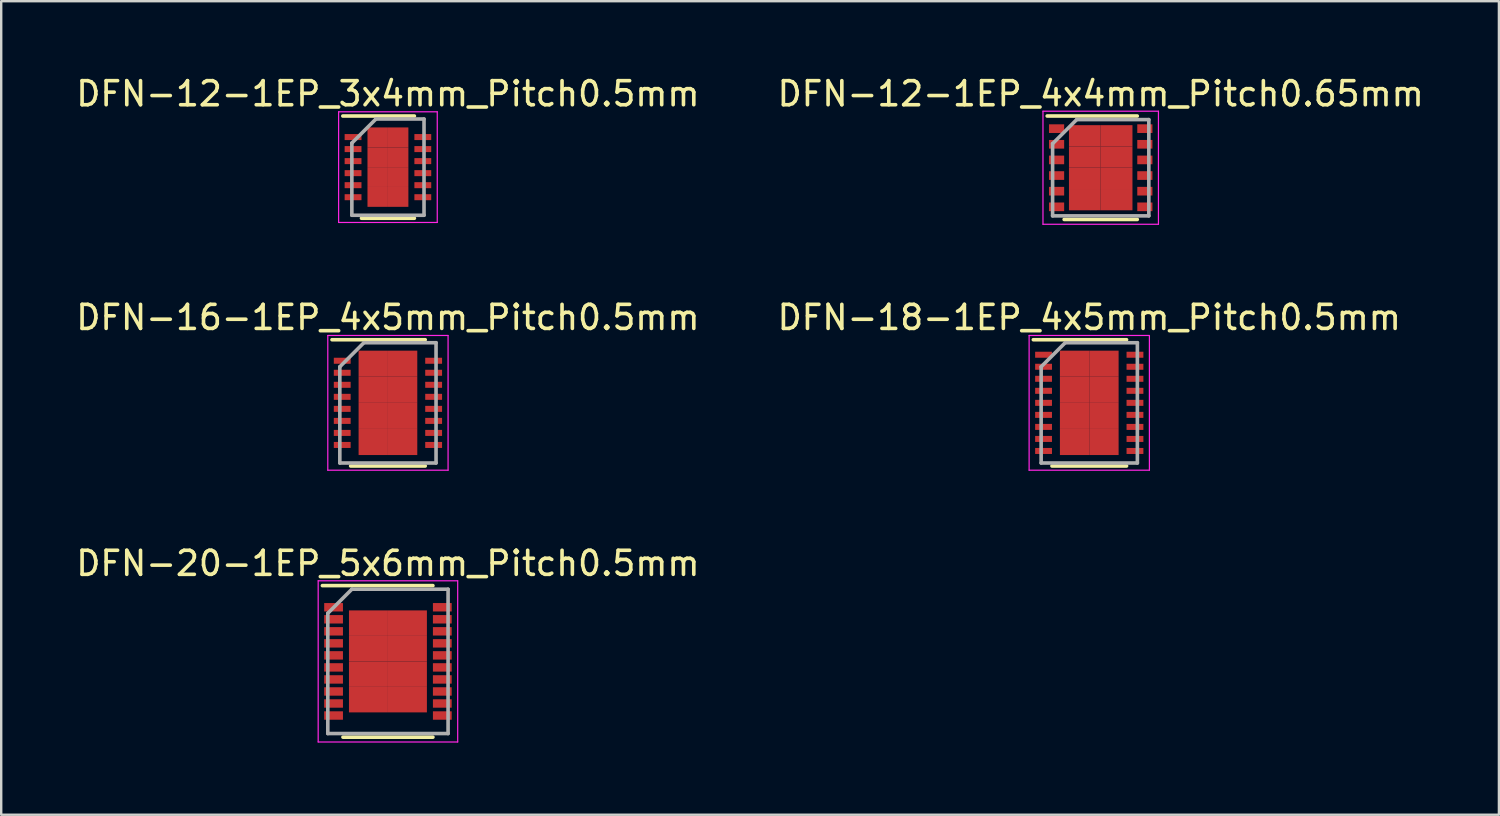
<source format=kicad_pcb>
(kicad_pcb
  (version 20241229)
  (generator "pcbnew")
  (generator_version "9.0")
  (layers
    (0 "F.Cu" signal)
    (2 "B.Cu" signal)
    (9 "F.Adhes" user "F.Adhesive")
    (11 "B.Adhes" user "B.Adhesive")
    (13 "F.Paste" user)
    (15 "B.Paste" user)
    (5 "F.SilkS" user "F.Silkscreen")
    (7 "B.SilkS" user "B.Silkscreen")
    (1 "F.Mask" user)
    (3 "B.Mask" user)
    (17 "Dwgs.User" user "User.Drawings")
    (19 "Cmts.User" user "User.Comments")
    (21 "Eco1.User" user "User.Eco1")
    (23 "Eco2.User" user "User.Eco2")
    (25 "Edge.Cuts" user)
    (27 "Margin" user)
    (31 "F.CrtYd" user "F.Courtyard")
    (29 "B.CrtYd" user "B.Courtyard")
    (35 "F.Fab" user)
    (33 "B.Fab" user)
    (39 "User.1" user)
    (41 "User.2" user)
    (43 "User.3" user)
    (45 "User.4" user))
  (footprint "DFN-16-1EP_4x5mm_Pitch0.5mm"
    (layer "F.Cu")
    (at 13.077 13.697)
    (property "Reference" "DFN-16-1EP_4x5mm_Pitch0.5mm" (at 0 -3.55 0) (layer "F.SilkS") (effects (font (size 1 1) (thickness 0.15))))
    (attr smd)
    (fp_line (start -2.325 -2.625) (end 1.55 -2.625) (stroke (width 0.15) (type solid)) (layer "F.SilkS"))
    (fp_line (start -1.55 2.625) (end 1.55 2.625) (stroke (width 0.15) (type solid)) (layer "F.SilkS"))
    (fp_line (start -2.5 -2.8) (end -2.5 2.8) (stroke (width 0.05) (type solid)) (layer "F.CrtYd"))
    (fp_line (start -2.5 -2.8) (end 2.5 -2.8) (stroke (width 0.05) (type solid)) (layer "F.CrtYd"))
    (fp_line (start -2.5 2.8) (end 2.5 2.8) (stroke (width 0.05) (type solid)) (layer "F.CrtYd"))
    (fp_line (start 2.5 -2.8) (end 2.5 2.8) (stroke (width 0.05) (type solid)) (layer "F.CrtYd"))
    (fp_line (start -2 -1.5) (end -1 -2.5) (stroke (width 0.15) (type solid)) (layer "F.Fab"))
    (fp_line (start -2 2.5) (end -2 -1.5) (stroke (width 0.15) (type solid)) (layer "F.Fab"))
    (fp_line (start -1 -2.5) (end 2 -2.5) (stroke (width 0.15) (type solid)) (layer "F.Fab"))
    (fp_line (start 2 -2.5) (end 2 2.5) (stroke (width 0.15) (type solid)) (layer "F.Fab"))
    (fp_line (start 2 2.5) (end -2 2.5) (stroke (width 0.15) (type solid)) (layer "F.Fab"))
    (pad "1" smd rect (at -1.9 -1.75) (size 0.7 0.25) (layers "F.Cu" "F.Mask" "F.Paste"))
    (pad "2" smd rect (at -1.9 -1.25) (size 0.7 0.25) (layers "F.Cu" "F.Mask" "F.Paste"))
    (pad "3" smd rect (at -1.9 -0.75) (size 0.7 0.25) (layers "F.Cu" "F.Mask" "F.Paste"))
    (pad "4" smd rect (at -1.9 -0.25) (size 0.7 0.25) (layers "F.Cu" "F.Mask" "F.Paste"))
    (pad "5" smd rect (at -1.9 0.25) (size 0.7 0.25) (layers "F.Cu" "F.Mask" "F.Paste"))
    (pad "6" smd rect (at -1.9 0.75) (size 0.7 0.25) (layers "F.Cu" "F.Mask" "F.Paste"))
    (pad "7" smd rect (at -1.9 1.25) (size 0.7 0.25) (layers "F.Cu" "F.Mask" "F.Paste"))
    (pad "8" smd rect (at -1.9 1.75) (size 0.7 0.25) (layers "F.Cu" "F.Mask" "F.Paste"))
    (pad "9" smd rect (at 1.9 1.75) (size 0.7 0.25) (layers "F.Cu" "F.Mask" "F.Paste"))
    (pad "10" smd rect (at 1.9 1.25) (size 0.7 0.25) (layers "F.Cu" "F.Mask" "F.Paste"))
    (pad "11" smd rect (at 1.9 0.75) (size 0.7 0.25) (layers "F.Cu" "F.Mask" "F.Paste"))
    (pad "12" smd rect (at 1.9 0.25) (size 0.7 0.25) (layers "F.Cu" "F.Mask" "F.Paste"))
    (pad "13" smd rect (at 1.9 -0.25) (size 0.7 0.25) (layers "F.Cu" "F.Mask" "F.Paste"))
    (pad "14" smd rect (at 1.9 -0.75) (size 0.7 0.25) (layers "F.Cu" "F.Mask" "F.Paste"))
    (pad "15" smd rect (at 1.9 -1.25) (size 0.7 0.25) (layers "F.Cu" "F.Mask" "F.Paste"))
    (pad "16" smd rect (at 1.9 -1.75) (size 0.7 0.25) (layers "F.Cu" "F.Mask" "F.Paste"))
    (pad "17" smd rect (at -0.61 -1.627) (size 1.22 1.085) (layers "F.Cu" "F.Mask" "F.Paste"))
    (pad "17" smd rect (at -0.61 -0.542) (size 1.22 1.085) (layers "F.Cu" "F.Mask" "F.Paste"))
    (pad "17" smd rect (at -0.61 0.542) (size 1.22 1.085) (layers "F.Cu" "F.Mask" "F.Paste"))
    (pad "17" smd rect (at -0.61 1.627) (size 1.22 1.085) (layers "F.Cu" "F.Mask" "F.Paste"))
    (pad "17" smd rect (at 0.61 -1.627) (size 1.22 1.085) (layers "F.Cu" "F.Mask" "F.Paste"))
    (pad "17" smd rect (at 0.61 -0.542) (size 1.22 1.085) (layers "F.Cu" "F.Mask" "F.Paste"))
    (pad "17" smd rect (at 0.61 0.542) (size 1.22 1.085) (layers "F.Cu" "F.Mask" "F.Paste"))
    (pad "17" smd rect (at 0.61 1.627) (size 1.22 1.085) (layers "F.Cu" "F.Mask" "F.Paste")))
  (footprint "DFN-18-1EP_4x5mm_Pitch0.5mm"
    (layer "F.Cu")
    (at 42.232 13.697)
    (property "Reference" "DFN-18-1EP_4x5mm_Pitch0.5mm" (at 0 -3.55 0) (layer "F.SilkS") (effects (font (size 1 1) (thickness 0.15))))
    (attr smd)
    (fp_line (start -2.325 -2.625) (end 1.55 -2.625) (stroke (width 0.15) (type solid)) (layer "F.SilkS"))
    (fp_line (start -1.55 2.625) (end 1.55 2.625) (stroke (width 0.15) (type solid)) (layer "F.SilkS"))
    (fp_line (start -2.5 -2.8) (end -2.5 2.8) (stroke (width 0.05) (type solid)) (layer "F.CrtYd"))
    (fp_line (start -2.5 -2.8) (end 2.5 -2.8) (stroke (width 0.05) (type solid)) (layer "F.CrtYd"))
    (fp_line (start -2.5 2.8) (end 2.5 2.8) (stroke (width 0.05) (type solid)) (layer "F.CrtYd"))
    (fp_line (start 2.5 -2.8) (end 2.5 2.8) (stroke (width 0.05) (type solid)) (layer "F.CrtYd"))
    (fp_line (start -2 -1.5) (end -1 -2.5) (stroke (width 0.15) (type solid)) (layer "F.Fab"))
    (fp_line (start -2 2.5) (end -2 -1.5) (stroke (width 0.15) (type solid)) (layer "F.Fab"))
    (fp_line (start -1 -2.5) (end 2 -2.5) (stroke (width 0.15) (type solid)) (layer "F.Fab"))
    (fp_line (start 2 -2.5) (end 2 2.5) (stroke (width 0.15) (type solid)) (layer "F.Fab"))
    (fp_line (start 2 2.5) (end -2 2.5) (stroke (width 0.15) (type solid)) (layer "F.Fab"))
    (pad "1" smd rect (at -1.9 -2) (size 0.7 0.25) (layers "F.Cu" "F.Mask" "F.Paste"))
    (pad "2" smd rect (at -1.9 -1.5) (size 0.7 0.25) (layers "F.Cu" "F.Mask" "F.Paste"))
    (pad "3" smd rect (at -1.9 -1) (size 0.7 0.25) (layers "F.Cu" "F.Mask" "F.Paste"))
    (pad "4" smd rect (at -1.9 -0.5) (size 0.7 0.25) (layers "F.Cu" "F.Mask" "F.Paste"))
    (pad "5" smd rect (at -1.9 0) (size 0.7 0.25) (layers "F.Cu" "F.Mask" "F.Paste"))
    (pad "6" smd rect (at -1.9 0.5) (size 0.7 0.25) (layers "F.Cu" "F.Mask" "F.Paste"))
    (pad "7" smd rect (at -1.9 1) (size 0.7 0.25) (layers "F.Cu" "F.Mask" "F.Paste"))
    (pad "8" smd rect (at -1.9 1.5) (size 0.7 0.25) (layers "F.Cu" "F.Mask" "F.Paste"))
    (pad "9" smd rect (at -1.9 2) (size 0.7 0.25) (layers "F.Cu" "F.Mask" "F.Paste"))
    (pad "10" smd rect (at 1.9 2) (size 0.7 0.25) (layers "F.Cu" "F.Mask" "F.Paste"))
    (pad "11" smd rect (at 1.9 1.5) (size 0.7 0.25) (layers "F.Cu" "F.Mask" "F.Paste"))
    (pad "12" smd rect (at 1.9 1) (size 0.7 0.25) (layers "F.Cu" "F.Mask" "F.Paste"))
    (pad "13" smd rect (at 1.9 0.5) (size 0.7 0.25) (layers "F.Cu" "F.Mask" "F.Paste"))
    (pad "14" smd rect (at 1.9 0) (size 0.7 0.25) (layers "F.Cu" "F.Mask" "F.Paste"))
    (pad "15" smd rect (at 1.9 -0.5) (size 0.7 0.25) (layers "F.Cu" "F.Mask" "F.Paste"))
    (pad "16" smd rect (at 1.9 -1) (size 0.7 0.25) (layers "F.Cu" "F.Mask" "F.Paste"))
    (pad "17" smd rect (at 1.9 -1.5) (size 0.7 0.25) (layers "F.Cu" "F.Mask" "F.Paste"))
    (pad "18" smd rect (at 1.9 -2) (size 0.7 0.25) (layers "F.Cu" "F.Mask" "F.Paste"))
    (pad "19" smd rect (at -0.61 -1.627) (size 1.22 1.085) (layers "F.Cu" "F.Mask" "F.Paste"))
    (pad "19" smd rect (at -0.61 -0.542) (size 1.22 1.085) (layers "F.Cu" "F.Mask" "F.Paste"))
    (pad "19" smd rect (at -0.61 0.542) (size 1.22 1.085) (layers "F.Cu" "F.Mask" "F.Paste"))
    (pad "19" smd rect (at -0.61 1.627) (size 1.22 1.085) (layers "F.Cu" "F.Mask" "F.Paste"))
    (pad "19" smd rect (at 0.61 -1.627) (size 1.22 1.085) (layers "F.Cu" "F.Mask" "F.Paste"))
    (pad "19" smd rect (at 0.61 -0.542) (size 1.22 1.085) (layers "F.Cu" "F.Mask" "F.Paste"))
    (pad "19" smd rect (at 0.61 0.542) (size 1.22 1.085) (layers "F.Cu" "F.Mask" "F.Paste"))
    (pad "19" smd rect (at 0.61 1.627) (size 1.22 1.085) (layers "F.Cu" "F.Mask" "F.Paste")))
  (footprint "DFN-20-1EP_5x6mm_Pitch0.5mm"
    (layer "F.Cu")
    (at 13.077 24.445)
    (property "Reference" "DFN-20-1EP_5x6mm_Pitch0.5mm" (at 0 -4.075 0) (layer "F.SilkS") (effects (font (size 1 1) (thickness 0.15))))
    (attr smd)
    (fp_line (start -2.725 -3.15) (end 1.87 -3.15) (stroke (width 0.15) (type solid)) (layer "F.SilkS"))
    (fp_line (start -1.87 3.15) (end 1.87 3.15) (stroke (width 0.15) (type solid)) (layer "F.SilkS"))
    (fp_line (start -2.9 -3.35) (end -2.9 3.35) (stroke (width 0.05) (type solid)) (layer "F.CrtYd"))
    (fp_line (start -2.9 -3.35) (end 2.9 -3.35) (stroke (width 0.05) (type solid)) (layer "F.CrtYd"))
    (fp_line (start -2.9 3.35) (end 2.9 3.35) (stroke (width 0.05) (type solid)) (layer "F.CrtYd"))
    (fp_line (start 2.9 -3.35) (end 2.9 3.35) (stroke (width 0.05) (type solid)) (layer "F.CrtYd"))
    (fp_line (start -2.5 -2) (end -1.5 -3) (stroke (width 0.15) (type solid)) (layer "F.Fab"))
    (fp_line (start -2.5 3) (end -2.5 -2) (stroke (width 0.15) (type solid)) (layer "F.Fab"))
    (fp_line (start -1.5 -3) (end 2.5 -3) (stroke (width 0.15) (type solid)) (layer "F.Fab"))
    (fp_line (start 2.5 -3) (end 2.5 3) (stroke (width 0.15) (type solid)) (layer "F.Fab"))
    (fp_line (start 2.5 3) (end -2.5 3) (stroke (width 0.15) (type solid)) (layer "F.Fab"))
    (pad "1" smd rect (at -2.26 -2.25) (size 0.78 0.35) (layers "F.Cu" "F.Mask" "F.Paste"))
    (pad "2" smd rect (at -2.26 -1.75) (size 0.78 0.35) (layers "F.Cu" "F.Mask" "F.Paste"))
    (pad "3" smd rect (at -2.26 -1.25) (size 0.78 0.35) (layers "F.Cu" "F.Mask" "F.Paste"))
    (pad "4" smd rect (at -2.26 -0.75) (size 0.78 0.35) (layers "F.Cu" "F.Mask" "F.Paste"))
    (pad "5" smd rect (at -2.26 -0.25) (size 0.78 0.35) (layers "F.Cu" "F.Mask" "F.Paste"))
    (pad "6" smd rect (at -2.26 0.25) (size 0.78 0.35) (layers "F.Cu" "F.Mask" "F.Paste"))
    (pad "7" smd rect (at -2.26 0.75) (size 0.78 0.35) (layers "F.Cu" "F.Mask" "F.Paste"))
    (pad "8" smd rect (at -2.26 1.25) (size 0.78 0.35) (layers "F.Cu" "F.Mask" "F.Paste"))
    (pad "9" smd rect (at -2.26 1.75) (size 0.78 0.35) (layers "F.Cu" "F.Mask" "F.Paste"))
    (pad "10" smd rect (at -2.26 2.25) (size 0.78 0.35) (layers "F.Cu" "F.Mask" "F.Paste"))
    (pad "11" smd rect (at 2.26 2.25) (size 0.78 0.35) (layers "F.Cu" "F.Mask" "F.Paste"))
    (pad "12" smd rect (at 2.26 1.75) (size 0.78 0.35) (layers "F.Cu" "F.Mask" "F.Paste"))
    (pad "13" smd rect (at 2.26 1.25) (size 0.78 0.35) (layers "F.Cu" "F.Mask" "F.Paste"))
    (pad "14" smd rect (at 2.26 0.75) (size 0.78 0.35) (layers "F.Cu" "F.Mask" "F.Paste"))
    (pad "15" smd rect (at 2.26 0.25) (size 0.78 0.35) (layers "F.Cu" "F.Mask" "F.Paste"))
    (pad "16" smd rect (at 2.26 -0.25) (size 0.78 0.35) (layers "F.Cu" "F.Mask" "F.Paste"))
    (pad "17" smd rect (at 2.26 -0.75) (size 0.78 0.35) (layers "F.Cu" "F.Mask" "F.Paste"))
    (pad "18" smd rect (at 2.26 -1.25) (size 0.78 0.35) (layers "F.Cu" "F.Mask" "F.Paste"))
    (pad "19" smd rect (at 2.26 -1.75) (size 0.78 0.35) (layers "F.Cu" "F.Mask" "F.Paste"))
    (pad "20" smd rect (at 2.26 -2.25) (size 0.78 0.35) (layers "F.Cu" "F.Mask" "F.Paste"))
    (pad "21" smd rect (at -0.81 -1.59) (size 1.62 1.06) (layers "F.Cu" "F.Mask" "F.Paste"))
    (pad "21" smd rect (at -0.81 -0.53) (size 1.62 1.06) (layers "F.Cu" "F.Mask" "F.Paste"))
    (pad "21" smd rect (at -0.81 0.53) (size 1.62 1.06) (layers "F.Cu" "F.Mask" "F.Paste"))
    (pad "21" smd rect (at -0.81 1.59) (size 1.62 1.06) (layers "F.Cu" "F.Mask" "F.Paste"))
    (pad "21" smd rect (at 0.81 -1.59) (size 1.62 1.06) (layers "F.Cu" "F.Mask" "F.Paste"))
    (pad "21" smd rect (at 0.81 -0.53) (size 1.62 1.06) (layers "F.Cu" "F.Mask" "F.Paste"))
    (pad "21" smd rect (at 0.81 0.53) (size 1.62 1.06) (layers "F.Cu" "F.Mask" "F.Paste"))
    (pad "21" smd rect (at 0.81 1.59) (size 1.62 1.06) (layers "F.Cu" "F.Mask" "F.Paste")))
  (footprint "DFN-12-1EP_3x4mm_Pitch0.5mm"
    (layer "F.Cu")
    (at 13.077 3.898)
    (property "Reference" "DFN-12-1EP_3x4mm_Pitch0.5mm" (at 0 -3.05 0) (layer "F.SilkS") (effects (font (size 1 1) (thickness 0.15))))
    (attr smd)
    (fp_line (start -1.875 -2.125) (end 1.1 -2.125) (stroke (width 0.15) (type solid)) (layer "F.SilkS"))
    (fp_line (start -1.1 2.125) (end 1.1 2.125) (stroke (width 0.15) (type solid)) (layer "F.SilkS"))
    (fp_line (start -2.05 -2.3) (end -2.05 2.3) (stroke (width 0.05) (type solid)) (layer "F.CrtYd"))
    (fp_line (start -2.05 -2.3) (end 2.05 -2.3) (stroke (width 0.05) (type solid)) (layer "F.CrtYd"))
    (fp_line (start -2.05 2.3) (end 2.05 2.3) (stroke (width 0.05) (type solid)) (layer "F.CrtYd"))
    (fp_line (start 2.05 -2.3) (end 2.05 2.3) (stroke (width 0.05) (type solid)) (layer "F.CrtYd"))
    (fp_line (start -1.5 -1) (end -0.5 -2) (stroke (width 0.15) (type solid)) (layer "F.Fab"))
    (fp_line (start -1.5 2) (end -1.5 -1) (stroke (width 0.15) (type solid)) (layer "F.Fab"))
    (fp_line (start -0.5 -2) (end 1.5 -2) (stroke (width 0.15) (type solid)) (layer "F.Fab"))
    (fp_line (start 1.5 -2) (end 1.5 2) (stroke (width 0.15) (type solid)) (layer "F.Fab"))
    (fp_line (start 1.5 2) (end -1.5 2) (stroke (width 0.15) (type solid)) (layer "F.Fab"))
    (pad "1" smd rect (at -1.45 -1.25) (size 0.7 0.25) (layers "F.Cu" "F.Mask" "F.Paste"))
    (pad "2" smd rect (at -1.45 -0.75) (size 0.7 0.25) (layers "F.Cu" "F.Mask" "F.Paste"))
    (pad "3" smd rect (at -1.45 -0.25) (size 0.7 0.25) (layers "F.Cu" "F.Mask" "F.Paste"))
    (pad "4" smd rect (at -1.45 0.25) (size 0.7 0.25) (layers "F.Cu" "F.Mask" "F.Paste"))
    (pad "5" smd rect (at -1.45 0.75) (size 0.7 0.25) (layers "F.Cu" "F.Mask" "F.Paste"))
    (pad "6" smd rect (at -1.45 1.25) (size 0.7 0.25) (layers "F.Cu" "F.Mask" "F.Paste"))
    (pad "7" smd rect (at 1.45 1.25) (size 0.7 0.25) (layers "F.Cu" "F.Mask" "F.Paste"))
    (pad "8" smd rect (at 1.45 0.75) (size 0.7 0.25) (layers "F.Cu" "F.Mask" "F.Paste"))
    (pad "9" smd rect (at 1.45 0.25) (size 0.7 0.25) (layers "F.Cu" "F.Mask" "F.Paste"))
    (pad "10" smd rect (at 1.45 -0.25) (size 0.7 0.25) (layers "F.Cu" "F.Mask" "F.Paste"))
    (pad "11" smd rect (at 1.45 -0.75) (size 0.7 0.25) (layers "F.Cu" "F.Mask" "F.Paste"))
    (pad "12" smd rect (at 1.45 -1.25) (size 0.7 0.25) (layers "F.Cu" "F.Mask" "F.Paste"))
    (pad "13" smd rect (at -0.425 -1.238) (size 0.85 0.825) (layers "F.Cu" "F.Mask" "F.Paste"))
    (pad "13" smd rect (at -0.425 -0.412) (size 0.85 0.825) (layers "F.Cu" "F.Mask" "F.Paste"))
    (pad "13" smd rect (at -0.425 0.412) (size 0.85 0.825) (layers "F.Cu" "F.Mask" "F.Paste"))
    (pad "13" smd rect (at -0.425 1.238) (size 0.85 0.825) (layers "F.Cu" "F.Mask" "F.Paste"))
    (pad "13" smd rect (at 0.425 -1.238) (size 0.85 0.825) (layers "F.Cu" "F.Mask" "F.Paste"))
    (pad "13" smd rect (at 0.425 -0.412) (size 0.85 0.825) (layers "F.Cu" "F.Mask" "F.Paste"))
    (pad "13" smd rect (at 0.425 0.412) (size 0.85 0.825) (layers "F.Cu" "F.Mask" "F.Paste"))
    (pad "13" smd rect (at 0.425 1.238) (size 0.85 0.825) (layers "F.Cu" "F.Mask" "F.Paste")))
  (footprint "DFN-12-1EP_4x4mm_Pitch0.65mm"
    (layer "F.Cu")
    (at 42.708 3.923)
    (property "Reference" "DFN-12-1EP_4x4mm_Pitch0.65mm" (at 0 -3.075 0) (layer "F.SilkS") (effects (font (size 1 1) (thickness 0.15))))
    (attr smd)
    (fp_line (start -2.225 -2.15) (end 1.52 -2.15) (stroke (width 0.15) (type solid)) (layer "F.SilkS"))
    (fp_line (start -1.52 2.15) (end 1.52 2.15) (stroke (width 0.15) (type solid)) (layer "F.SilkS"))
    (fp_line (start -2.4 -2.35) (end -2.4 2.35) (stroke (width 0.05) (type solid)) (layer "F.CrtYd"))
    (fp_line (start -2.4 -2.35) (end 2.4 -2.35) (stroke (width 0.05) (type solid)) (layer "F.CrtYd"))
    (fp_line (start -2.4 2.35) (end 2.4 2.35) (stroke (width 0.05) (type solid)) (layer "F.CrtYd"))
    (fp_line (start 2.4 -2.35) (end 2.4 2.35) (stroke (width 0.05) (type solid)) (layer "F.CrtYd"))
    (fp_line (start -2 -1) (end -1 -2) (stroke (width 0.15) (type solid)) (layer "F.Fab"))
    (fp_line (start -2 2) (end -2 -1) (stroke (width 0.15) (type solid)) (layer "F.Fab"))
    (fp_line (start -1 -2) (end 2 -2) (stroke (width 0.15) (type solid)) (layer "F.Fab"))
    (fp_line (start 2 -2) (end 2 2) (stroke (width 0.15) (type solid)) (layer "F.Fab"))
    (fp_line (start 2 2) (end -2 2) (stroke (width 0.15) (type solid)) (layer "F.Fab"))
    (pad "1" smd rect (at -1.835 -1.625) (size 0.63 0.36) (layers "F.Cu" "F.Mask" "F.Paste"))
    (pad "2" smd rect (at -1.835 -0.975) (size 0.63 0.36) (layers "F.Cu" "F.Mask" "F.Paste"))
    (pad "3" smd rect (at -1.835 -0.325) (size 0.63 0.36) (layers "F.Cu" "F.Mask" "F.Paste"))
    (pad "4" smd rect (at -1.835 0.325) (size 0.63 0.36) (layers "F.Cu" "F.Mask" "F.Paste"))
    (pad "5" smd rect (at -1.835 0.975) (size 0.63 0.36) (layers "F.Cu" "F.Mask" "F.Paste"))
    (pad "6" smd rect (at -1.835 1.625) (size 0.63 0.36) (layers "F.Cu" "F.Mask" "F.Paste"))
    (pad "7" smd rect (at 1.835 1.625) (size 0.63 0.36) (layers "F.Cu" "F.Mask" "F.Paste"))
    (pad "8" smd rect (at 1.835 0.975) (size 0.63 0.36) (layers "F.Cu" "F.Mask" "F.Paste"))
    (pad "9" smd rect (at 1.835 0.325) (size 0.63 0.36) (layers "F.Cu" "F.Mask" "F.Paste"))
    (pad "10" smd rect (at 1.835 -0.325) (size 0.63 0.36) (layers "F.Cu" "F.Mask" "F.Paste"))
    (pad "11" smd rect (at 1.835 -0.975) (size 0.63 0.36) (layers "F.Cu" "F.Mask" "F.Paste"))
    (pad "12" smd rect (at 1.835 -1.625) (size 0.63 0.36) (layers "F.Cu" "F.Mask" "F.Paste"))
    (pad "13" smd rect (at -0.66 -1.327) (size 1.32 0.885) (layers "F.Cu" "F.Mask" "F.Paste"))
    (pad "13" smd rect (at -0.66 -0.443) (size 1.32 0.885) (layers "F.Cu" "F.Mask" "F.Paste"))
    (pad "13" smd rect (at -0.66 0.443) (size 1.32 0.885) (layers "F.Cu" "F.Mask" "F.Paste"))
    (pad "13" smd rect (at -0.66 1.327) (size 1.32 0.885) (layers "F.Cu" "F.Mask" "F.Paste"))
    (pad "13" smd rect (at 0.66 -1.327) (size 1.32 0.885) (layers "F.Cu" "F.Mask" "F.Paste"))
    (pad "13" smd rect (at 0.66 -0.443) (size 1.32 0.885) (layers "F.Cu" "F.Mask" "F.Paste"))
    (pad "13" smd rect (at 0.66 0.443) (size 1.32 0.885) (layers "F.Cu" "F.Mask" "F.Paste"))
    (pad "13" smd rect (at 0.66 1.327) (size 1.32 0.885) (layers "F.Cu" "F.Mask" "F.Paste")))
  (gr_rect
    (start -3 -3)
    (end 59.262 30.82)
    (stroke (width 0.1) (type default))
    (fill no)
    (layer "Edge.Cuts")))
</source>
